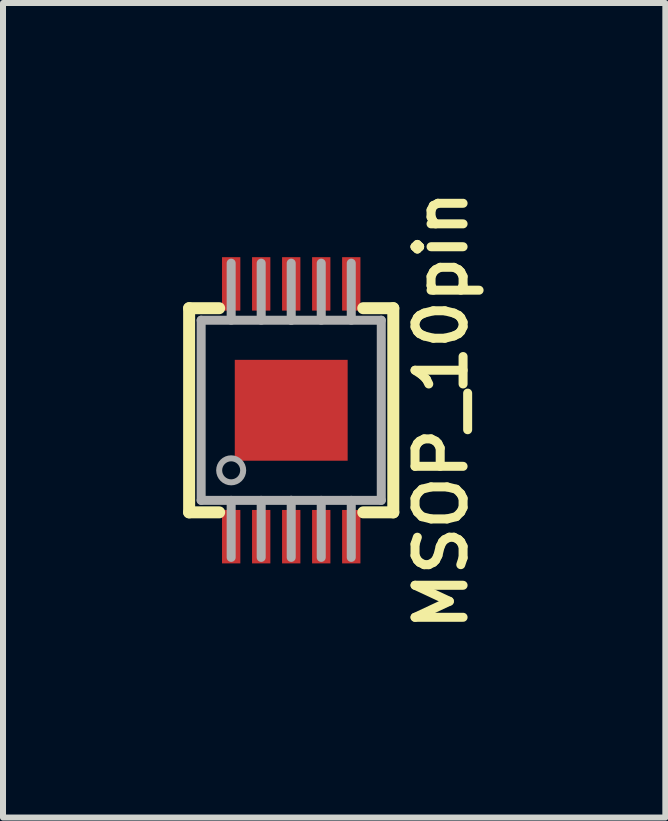
<source format=kicad_pcb>
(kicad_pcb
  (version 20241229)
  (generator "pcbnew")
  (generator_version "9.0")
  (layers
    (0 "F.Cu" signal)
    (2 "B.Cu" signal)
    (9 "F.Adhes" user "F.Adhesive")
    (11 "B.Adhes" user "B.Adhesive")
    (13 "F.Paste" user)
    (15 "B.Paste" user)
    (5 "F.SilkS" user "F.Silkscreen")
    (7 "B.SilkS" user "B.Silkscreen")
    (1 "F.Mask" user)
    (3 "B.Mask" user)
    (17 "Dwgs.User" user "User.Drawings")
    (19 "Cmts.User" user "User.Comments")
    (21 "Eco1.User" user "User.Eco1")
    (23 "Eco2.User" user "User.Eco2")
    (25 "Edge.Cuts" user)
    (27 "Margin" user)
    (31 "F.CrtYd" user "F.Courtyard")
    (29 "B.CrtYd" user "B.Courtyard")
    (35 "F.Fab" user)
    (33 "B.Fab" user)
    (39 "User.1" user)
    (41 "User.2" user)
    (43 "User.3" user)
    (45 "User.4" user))
  (footprint "MSOP_10pin"
    (layer "F.Cu")
    (at 1.8 3.783)
    (property "Reference" "MSOP_10pin" (at 2.5 0 90) (layer "F.SilkS") (effects (font (size 0.8 0.8) (thickness 0.15))))
    (attr smd)
    (fp_line (start -1.7 -1.7) (end -1.2 -1.7) (stroke (width 0.2) (type solid)) (layer "F.SilkS"))
    (fp_line (start -1.7 1.7) (end -1.7 -1.7) (stroke (width 0.2) (type solid)) (layer "F.SilkS"))
    (fp_line (start -1.2 1.7) (end -1.7 1.7) (stroke (width 0.2) (type solid)) (layer "F.SilkS"))
    (fp_line (start 1.2 -1.7) (end 1.7 -1.7) (stroke (width 0.2) (type solid)) (layer "F.SilkS"))
    (fp_line (start 1.7 -1.7) (end 1.7 1.7) (stroke (width 0.2) (type solid)) (layer "F.SilkS"))
    (fp_line (start 1.7 1.7) (end 1.2 1.7) (stroke (width 0.2) (type solid)) (layer "F.SilkS"))
    (fp_line (start -1.5 -1.5) (end -1.5 1.5) (stroke (width 0.15) (type solid)) (layer "F.Fab"))
    (fp_line (start -1.5 1.5) (end 0 1.5) (stroke (width 0.15) (type solid)) (layer "F.Fab"))
    (fp_line (start -1 -1.5) (end -1 -2.45) (stroke (width 0.15) (type solid)) (layer "F.Fab"))
    (fp_line (start -1 1.5) (end -1 2.45) (stroke (width 0.15) (type solid)) (layer "F.Fab"))
    (fp_line (start -0.5 -1.5) (end -0.5 -2.45) (stroke (width 0.15) (type solid)) (layer "F.Fab"))
    (fp_line (start -0.5 1.5) (end -0.5 2.45) (stroke (width 0.15) (type solid)) (layer "F.Fab"))
    (fp_line (start 0 -1.5) (end -1.5 -1.5) (stroke (width 0.15) (type solid)) (layer "F.Fab"))
    (fp_line (start 0 -1.5) (end 0 -2.45) (stroke (width 0.15) (type solid)) (layer "F.Fab"))
    (fp_line (start 0 1.5) (end 0 2.45) (stroke (width 0.15) (type solid)) (layer "F.Fab"))
    (fp_line (start 0 1.5) (end 1.5 1.5) (stroke (width 0.15) (type solid)) (layer "F.Fab"))
    (fp_line (start 0.5 -1.5) (end 0.5 -2.45) (stroke (width 0.15) (type solid)) (layer "F.Fab"))
    (fp_line (start 0.5 1.5) (end 0.5 2.45) (stroke (width 0.15) (type solid)) (layer "F.Fab"))
    (fp_line (start 1 -1.5) (end 1 -2.45) (stroke (width 0.15) (type solid)) (layer "F.Fab"))
    (fp_line (start 1 1.5) (end 1 2.45) (stroke (width 0.15) (type solid)) (layer "F.Fab"))
    (fp_line (start 1.5 -1.5) (end 0 -1.5) (stroke (width 0.15) (type solid)) (layer "F.Fab"))
    (fp_line (start 1.5 1.5) (end 1.5 -1.5) (stroke (width 0.15) (type solid)) (layer "F.Fab"))
    (fp_circle (center -1 1) (end -0.8 1) (stroke (width 0.1) (type solid)) (fill no) (layer "F.Fab"))
    (pad "1" smd rect (at -1 2.105) (size 0.305 0.89) (layers "F.Cu" "F.Mask" "F.Paste"))
    (pad "2" smd rect (at -0.5 2.105) (size 0.305 0.89) (layers "F.Cu" "F.Mask" "F.Paste"))
    (pad "3" smd rect (at 0 2.105) (size 0.305 0.89) (layers "F.Cu" "F.Mask" "F.Paste"))
    (pad "4" smd rect (at 0.5 2.105) (size 0.305 0.89) (layers "F.Cu" "F.Mask" "F.Paste"))
    (pad "5" smd rect (at 1 2.105) (size 0.305 0.89) (layers "F.Cu" "F.Mask" "F.Paste"))
    (pad "6" smd rect (at 1 -2.105) (size 0.305 0.89) (layers "F.Cu" "F.Mask" "F.Paste"))
    (pad "7" smd rect (at 0.5 -2.105) (size 0.305 0.89) (layers "F.Cu" "F.Mask" "F.Paste"))
    (pad "8" smd rect (at 0 -2.105) (size 0.305 0.89) (layers "F.Cu" "F.Mask" "F.Paste"))
    (pad "9" smd rect (at -0.5 -2.105) (size 0.305 0.89) (layers "F.Cu" "F.Mask" "F.Paste"))
    (pad "10" smd rect (at -1 -2.105) (size 0.305 0.89) (layers "F.Cu" "F.Mask" "F.Paste"))
    (pad "11" smd rect (at 0 0) (size 1.88 1.68) (layers "F.Cu" "F.Mask" "F.Paste")))
  (gr_rect
    (start -3 -3)
    (end 8.031 10.566)
    (stroke (width 0.1) (type default))
    (fill no)
    (layer "Edge.Cuts")))
</source>
